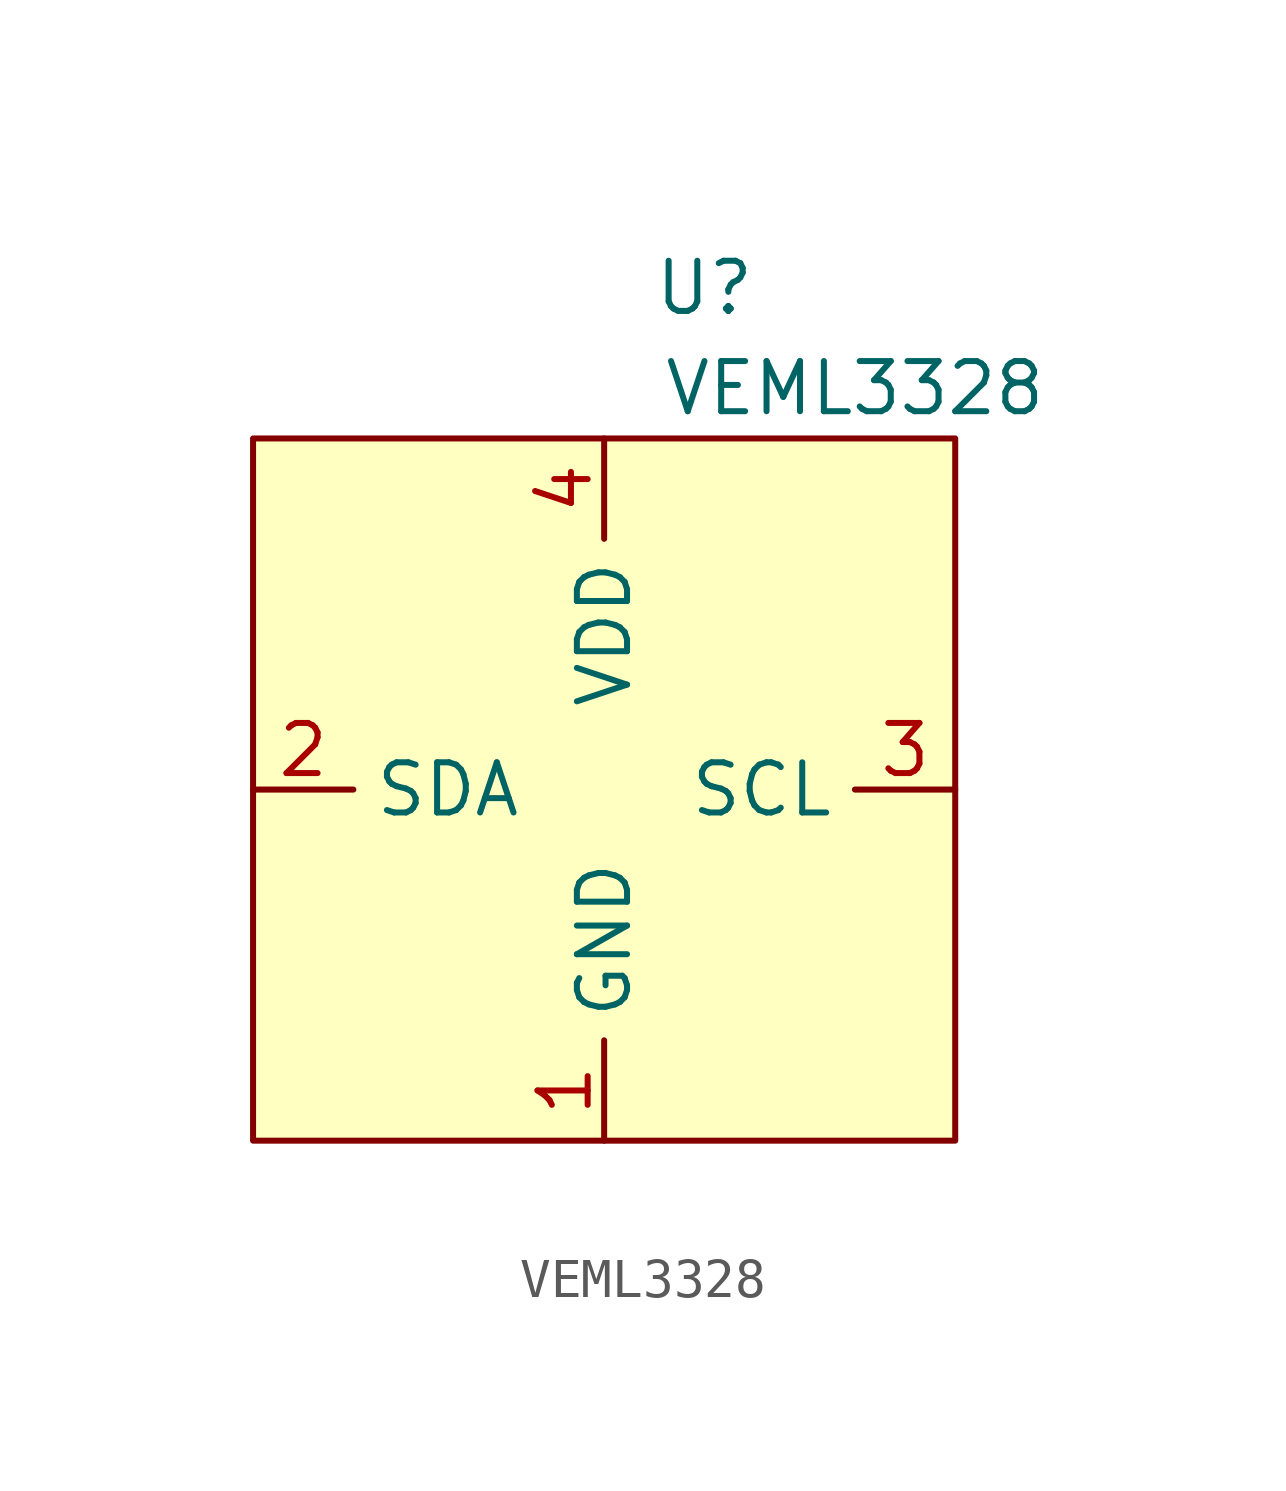
<source format=kicad_sym>
(kicad_symbol_lib
  (version 20211014)
  (generator kicad_symbol_editor)
  (symbol "VEML3328"
    (property "Reference" "U"
      (at 2.54 12.7 0)
      (effects (font (size 1.27 1.27))))
    (property "Value" "VEML3328"
      (at 6.35 10.16 0)
      (effects (font (size 1.27 1.27))))
    (symbol "VEML3328_0_1"
      (rectangle (start -8.89 8.89) (end 8.89 -8.89) (stroke (width 0) (type default) (color 0 0 0 0)) (fill (type background))))
    (symbol "VEML3328_1_1"
      (pin power_in line (at 0 -8.89 90) (length 2.54) (name "GND" (effects (font (size 1.27 1.27)))) (number "1" (effects (font (size 1.27 1.27)))))
      (pin bidirectional line (at -8.89 0 0) (length 2.54) (name "SDA" (effects (font (size 1.27 1.27)))) (number "2" (effects (font (size 1.27 1.27)))))
      (pin bidirectional line (at 8.89 0 180) (length 2.54) (name "SCL" (effects (font (size 1.27 1.27)))) (number "3" (effects (font (size 1.27 1.27)))))
      (pin power_in line (at 0 8.89 270) (length 2.54) (name "VDD" (effects (font (size 1.27 1.27)))) (number "4" (effects (font (size 1.27 1.27))))))))
</source>
